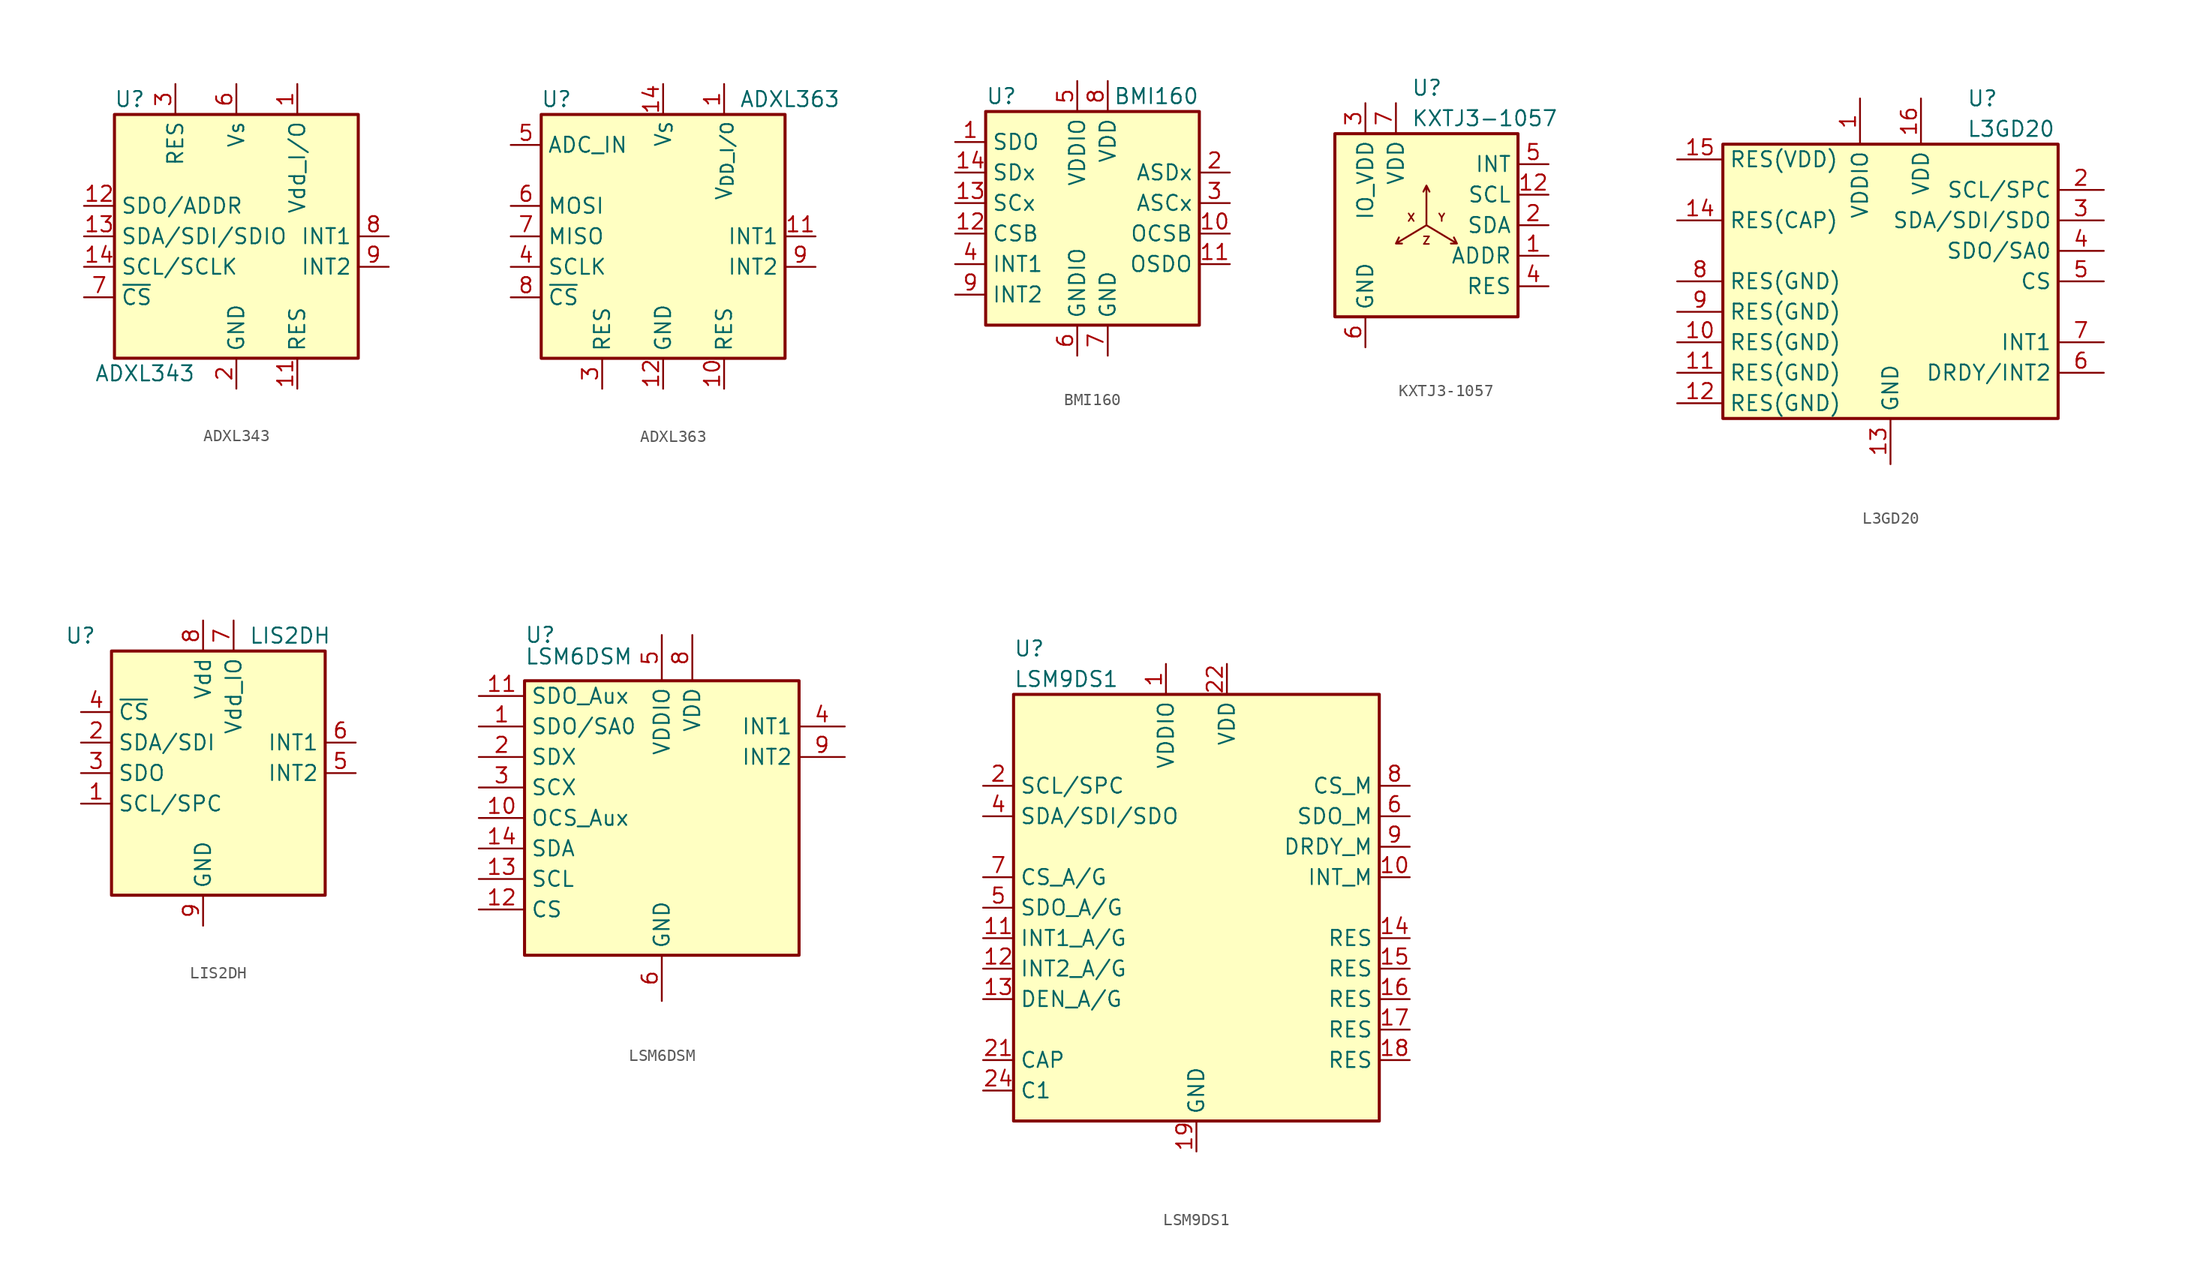
<source format=kicad_sym>
(kicad_symbol_lib
  (version 20220914)
  (generator kicad_symbol_editor)
  (symbol "ADXL343"
    (property "Reference" "U"
      (at -8.89 11.43 0)
      (effects (font (size 1.27 1.27))))
    (property "Value" "ADXL343"
      (at -7.62 -11.43 0)
      (effects (font (size 1.27 1.27))))
    (symbol "ADXL343_0_1"
      (rectangle (start -10.16 10.16) (end 10.16 -10.16) (stroke (width 0.254) (type default)) (fill (type background))))
    (symbol "ADXL343_1_1"
      (pin power_in line (at 5.08 12.7 270) (length 2.54) (name "Vdd_I/O" (effects (font (size 1.27 1.27)))) (number "1" (effects (font (size 1.27 1.27)))))
      (pin no_connect line (at -5.08 -10.16 90) (length 2.54) hide (name "NC" (effects (font (size 1.27 1.27)))) (number "10" (effects (font (size 1.27 1.27)))))
      (pin passive line (at 5.08 -12.7 90) (length 2.54) (name "RES" (effects (font (size 1.27 1.27)))) (number "11" (effects (font (size 1.27 1.27)))))
      (pin bidirectional line (at -12.7 2.54 0) (length 2.54) (name "SDO/ADDR" (effects (font (size 1.27 1.27)))) (number "12" (effects (font (size 1.27 1.27)))))
      (pin bidirectional line (at -12.7 0 0) (length 2.54) (name "SDA/SDI/SDIO" (effects (font (size 1.27 1.27)))) (number "13" (effects (font (size 1.27 1.27)))))
      (pin input line (at -12.7 -2.54 0) (length 2.54) (name "SCL/SCLK" (effects (font (size 1.27 1.27)))) (number "14" (effects (font (size 1.27 1.27)))))
      (pin power_in line (at 0 -12.7 90) (length 2.54) (name "GND" (effects (font (size 1.27 1.27)))) (number "2" (effects (font (size 1.27 1.27)))))
      (pin passive line (at -5.08 12.7 270) (length 2.54) (name "RES" (effects (font (size 1.27 1.27)))) (number "3" (effects (font (size 1.27 1.27)))))
      (pin passive line (at 0 -12.7 90) (length 2.54) hide (name "GND" (effects (font (size 1.27 1.27)))) (number "4" (effects (font (size 1.27 1.27)))))
      (pin passive line (at 0 -12.7 90) (length 2.54) hide (name "GND" (effects (font (size 1.27 1.27)))) (number "5" (effects (font (size 1.27 1.27)))))
      (pin power_in line (at 0 12.7 270) (length 2.54) (name "Vs" (effects (font (size 1.27 1.27)))) (number "6" (effects (font (size 1.27 1.27)))))
      (pin input line (at -12.7 -5.08 0) (length 2.54) (name "~{CS}" (effects (font (size 1.27 1.27)))) (number "7" (effects (font (size 1.27 1.27)))))
      (pin output line (at 12.7 0 180) (length 2.54) (name "INT1" (effects (font (size 1.27 1.27)))) (number "8" (effects (font (size 1.27 1.27)))))
      (pin output line (at 12.7 -2.54 180) (length 2.54) (name "INT2" (effects (font (size 1.27 1.27)))) (number "9" (effects (font (size 1.27 1.27)))))))
  (symbol "ADXL363"
    (property "Reference" "U"
      (at -8.89 11.43 0)
      (effects (font (size 1.27 1.27))))
    (property "Value" "ADXL363"
      (at 6.35 11.43 0)
      (effects (font (size 1.27 1.27)) (justify left)))
    (symbol "ADXL363_0_1"
      (rectangle (start -10.16 10.16) (end 10.16 -10.16) (stroke (width 0.254) (type default)) (fill (type background))))
    (symbol "ADXL363_1_1"
      (pin power_in line (at 5.08 12.7 270) (length 2.54) (name "V_{DD_I/O}" (effects (font (size 1.27 1.27)))) (number "1" (effects (font (size 1.27 1.27)))))
      (pin passive line (at 5.08 -12.7 90) (length 2.54) (name "RES" (effects (font (size 1.27 1.27)))) (number "10" (effects (font (size 1.27 1.27)))))
      (pin output line (at 12.7 0 180) (length 2.54) (name "INT1" (effects (font (size 1.27 1.27)))) (number "11" (effects (font (size 1.27 1.27)))))
      (pin power_in line (at 0 -12.7 90) (length 2.54) (name "GND" (effects (font (size 1.27 1.27)))) (number "12" (effects (font (size 1.27 1.27)))))
      (pin passive line (at 0 -12.7 90) (length 2.54) hide (name "GND" (effects (font (size 1.27 1.27)))) (number "13" (effects (font (size 1.27 1.27)))))
      (pin power_in line (at 0 12.7 270) (length 2.54) (name "V_{S}" (effects (font (size 1.27 1.27)))) (number "14" (effects (font (size 1.27 1.27)))))
      (pin passive line (at 0 -12.7 90) (length 2.54) hide (name "GND" (effects (font (size 1.27 1.27)))) (number "16" (effects (font (size 1.27 1.27)))))
      (pin passive line (at -5.08 -12.7 90) (length 2.54) (name "RES" (effects (font (size 1.27 1.27)))) (number "3" (effects (font (size 1.27 1.27)))))
      (pin input line (at -12.7 -2.54 0) (length 2.54) (name "SCLK" (effects (font (size 1.27 1.27)))) (number "4" (effects (font (size 1.27 1.27)))))
      (pin input line (at -12.7 7.62 0) (length 2.54) (name "ADC_IN" (effects (font (size 1.27 1.27)))) (number "5" (effects (font (size 1.27 1.27)))))
      (pin input line (at -12.7 2.54 0) (length 2.54) (name "MOSI" (effects (font (size 1.27 1.27)))) (number "6" (effects (font (size 1.27 1.27)))))
      (pin output line (at -12.7 0 0) (length 2.54) (name "MISO" (effects (font (size 1.27 1.27)))) (number "7" (effects (font (size 1.27 1.27)))))
      (pin input line (at -12.7 -5.08 0) (length 2.54) (name "~{CS}" (effects (font (size 1.27 1.27)))) (number "8" (effects (font (size 1.27 1.27)))))
      (pin output line (at 12.7 -2.54 180) (length 2.54) (name "INT2" (effects (font (size 1.27 1.27)))) (number "9" (effects (font (size 1.27 1.27)))))))
  (symbol "BMI160"
    (property "Reference" "U"
      (at -10.16 8.89 0)
      (effects (font (size 1.27 1.27)) (justify left)))
    (property "Value" "BMI160"
      (at 7.62 8.89 0)
      (effects (font (size 1.27 1.27)) (justify right)))
    (symbol "BMI160_1_1"
      (rectangle (start -10.16 7.62) (end 7.62 -10.16) (stroke (width 0.254) (type default)) (fill (type background)))
      (pin bidirectional line (at -12.7 5.08 0) (length 2.54) (name "SDO" (effects (font (size 1.27 1.27)))) (number "1" (effects (font (size 1.27 1.27)))))
      (pin bidirectional line (at 10.16 -2.54 180) (length 2.54) (name "OCSB" (effects (font (size 1.27 1.27)))) (number "10" (effects (font (size 1.27 1.27)))))
      (pin bidirectional line (at 10.16 -5.08 180) (length 2.54) (name "OSDO" (effects (font (size 1.27 1.27)))) (number "11" (effects (font (size 1.27 1.27)))))
      (pin input line (at -12.7 -2.54 0) (length 2.54) (name "CSB" (effects (font (size 1.27 1.27)))) (number "12" (effects (font (size 1.27 1.27)))))
      (pin input line (at -12.7 0 0) (length 2.54) (name "SCx" (effects (font (size 1.27 1.27)))) (number "13" (effects (font (size 1.27 1.27)))))
      (pin bidirectional line (at -12.7 2.54 0) (length 2.54) (name "SDx" (effects (font (size 1.27 1.27)))) (number "14" (effects (font (size 1.27 1.27)))))
      (pin bidirectional line (at 10.16 2.54 180) (length 2.54) (name "ASDx" (effects (font (size 1.27 1.27)))) (number "2" (effects (font (size 1.27 1.27)))))
      (pin output line (at 10.16 0 180) (length 2.54) (name "ASCx" (effects (font (size 1.27 1.27)))) (number "3" (effects (font (size 1.27 1.27)))))
      (pin bidirectional line (at -12.7 -5.08 0) (length 2.54) (name "INT1" (effects (font (size 1.27 1.27)))) (number "4" (effects (font (size 1.27 1.27)))))
      (pin power_in line (at -2.54 10.16 270) (length 2.54) (name "VDDIO" (effects (font (size 1.27 1.27)))) (number "5" (effects (font (size 1.27 1.27)))))
      (pin power_in line (at -2.54 -12.7 90) (length 2.54) (name "GNDIO" (effects (font (size 1.27 1.27)))) (number "6" (effects (font (size 1.27 1.27)))))
      (pin power_in line (at 0 -12.7 90) (length 2.54) (name "GND" (effects (font (size 1.27 1.27)))) (number "7" (effects (font (size 1.27 1.27)))))
      (pin power_in line (at 0 10.16 270) (length 2.54) (name "VDD" (effects (font (size 1.27 1.27)))) (number "8" (effects (font (size 1.27 1.27)))))
      (pin bidirectional line (at -12.7 -7.62 0) (length 2.54) (name "INT2" (effects (font (size 1.27 1.27)))) (number "9" (effects (font (size 1.27 1.27)))))))
  (symbol "KXTJ3-1057"
    (property "Reference" "U"
      (at -1.27 11.43 0)
      (effects (font (size 1.27 1.27)) (justify left)))
    (property "Value" "KXTJ3-1057"
      (at -1.27 8.89 0)
      (effects (font (size 1.27 1.27)) (justify left)))
    (symbol "KXTJ3-1057_0_0"
      (text "X" (at -1.27 0.635 0) (effects (font (size 0.635 0.635) bold)))
      (text "Y" (at 1.27 0.635 0) (effects (font (size 0.635 0.635) bold)))
      (text "Z" (at 0 -1.27 0) (effects (font (size 0.635 0.635) bold))))
    (symbol "KXTJ3-1057_0_1"
      (rectangle (start -7.62 7.62) (end 7.62 -7.62) (stroke (width 0.254) (type default)) (fill (type background)))
      (polyline (pts (xy 0 0) (xy 0 3.302) (xy 0.254 2.794) (xy 0 3.302) (xy -0.254 2.794) (xy 0 3.302) (xy 0 0) (xy 2.54 -1.524) (xy 2.286 -1.016) (xy 2.54 -1.524) (xy 2.032 -1.524) (xy 2.54 -1.524) (xy 0 0) (xy -2.54 -1.524) (xy -2.286 -1.016) (xy -2.54 -1.524) (xy -2.032 -1.524)) (stroke (width 0) (type default)) (fill (type none))))
    (symbol "KXTJ3-1057_1_1"
      (pin input line (at 10.16 -2.54 180) (length 2.54) (name "ADDR" (effects (font (size 1.27 1.27)))) (number "1" (effects (font (size 1.27 1.27)))))
      (pin passive line (at -2.54 10.16 270) (length 2.54) hide (name "VDD" (effects (font (size 1.27 1.27)))) (number "10" (effects (font (size 1.27 1.27)))))
      (pin passive line (at -5.08 10.16 270) (length 2.54) hide (name "IO_VDD" (effects (font (size 1.27 1.27)))) (number "11" (effects (font (size 1.27 1.27)))))
      (pin input line (at 10.16 2.54 180) (length 2.54) (name "SCL" (effects (font (size 1.27 1.27)))) (number "12" (effects (font (size 1.27 1.27)))))
      (pin bidirectional line (at 10.16 0 180) (length 2.54) (name "SDA" (effects (font (size 1.27 1.27)))) (number "2" (effects (font (size 1.27 1.27)))))
      (pin power_in line (at -5.08 10.16 270) (length 2.54) (name "IO_VDD" (effects (font (size 1.27 1.27)))) (number "3" (effects (font (size 1.27 1.27)))))
      (pin passive line (at 10.16 -5.08 180) (length 2.54) (name "RES" (effects (font (size 1.27 1.27)))) (number "4" (effects (font (size 1.27 1.27)))))
      (pin output line (at 10.16 5.08 180) (length 2.54) (name "INT" (effects (font (size 1.27 1.27)))) (number "5" (effects (font (size 1.27 1.27)))))
      (pin power_in line (at -5.08 -10.16 90) (length 2.54) (name "GND" (effects (font (size 1.27 1.27)))) (number "6" (effects (font (size 1.27 1.27)))))
      (pin power_in line (at -2.54 10.16 270) (length 2.54) (name "VDD" (effects (font (size 1.27 1.27)))) (number "7" (effects (font (size 1.27 1.27)))))
      (pin passive line (at -5.08 -10.16 90) (length 2.54) hide (name "GND" (effects (font (size 1.27 1.27)))) (number "8" (effects (font (size 1.27 1.27)))))
      (pin passive line (at -5.08 -10.16 90) (length 2.54) hide (name "GND" (effects (font (size 1.27 1.27)))) (number "9" (effects (font (size 1.27 1.27)))))))
  (symbol "L3GD20"
    (property "Reference" "U"
      (at 6.35 15.24 0)
      (effects (font (size 1.27 1.27)) (justify left)))
    (property "Value" "L3GD20"
      (at 6.35 12.7 0)
      (effects (font (size 1.27 1.27)) (justify left)))
    (symbol "L3GD20_0_1"
      (rectangle (start -13.97 11.43) (end 13.97 -11.43) (stroke (width 0.254) (type default)) (fill (type background))))
    (symbol "L3GD20_1_1"
      (pin power_in line (at -2.54 15.24 270) (length 3.81) (name "VDDIO" (effects (font (size 1.27 1.27)))) (number "1" (effects (font (size 1.27 1.27)))))
      (pin passive line (at -17.78 -5.08 0) (length 3.81) (name "RES(GND)" (effects (font (size 1.27 1.27)))) (number "10" (effects (font (size 1.27 1.27)))))
      (pin passive line (at -17.78 -7.62 0) (length 3.81) (name "RES(GND)" (effects (font (size 1.27 1.27)))) (number "11" (effects (font (size 1.27 1.27)))))
      (pin passive line (at -17.78 -10.16 0) (length 3.81) (name "RES(GND)" (effects (font (size 1.27 1.27)))) (number "12" (effects (font (size 1.27 1.27)))))
      (pin power_in line (at 0 -15.24 90) (length 3.81) (name "GND" (effects (font (size 1.27 1.27)))) (number "13" (effects (font (size 1.27 1.27)))))
      (pin passive line (at -17.78 5.08 0) (length 3.81) (name "RES(CAP)" (effects (font (size 1.27 1.27)))) (number "14" (effects (font (size 1.27 1.27)))))
      (pin passive line (at -17.78 10.16 0) (length 3.81) (name "RES(VDD)" (effects (font (size 1.27 1.27)))) (number "15" (effects (font (size 1.27 1.27)))))
      (pin power_in line (at 2.54 15.24 270) (length 3.81) (name "VDD" (effects (font (size 1.27 1.27)))) (number "16" (effects (font (size 1.27 1.27)))))
      (pin input line (at 17.78 7.62 180) (length 3.81) (name "SCL/SPC" (effects (font (size 1.27 1.27)))) (number "2" (effects (font (size 1.27 1.27)))))
      (pin bidirectional line (at 17.78 5.08 180) (length 3.81) (name "SDA/SDI/SDO" (effects (font (size 1.27 1.27)))) (number "3" (effects (font (size 1.27 1.27)))))
      (pin output line (at 17.78 2.54 180) (length 3.81) (name "SDO/SA0" (effects (font (size 1.27 1.27)))) (number "4" (effects (font (size 1.27 1.27)))))
      (pin input line (at 17.78 0 180) (length 3.81) (name "CS" (effects (font (size 1.27 1.27)))) (number "5" (effects (font (size 1.27 1.27)))))
      (pin output line (at 17.78 -7.62 180) (length 3.81) (name "DRDY/INT2" (effects (font (size 1.27 1.27)))) (number "6" (effects (font (size 1.27 1.27)))))
      (pin output line (at 17.78 -5.08 180) (length 3.81) (name "INT1" (effects (font (size 1.27 1.27)))) (number "7" (effects (font (size 1.27 1.27)))))
      (pin passive line (at -17.78 0 0) (length 3.81) (name "RES(GND)" (effects (font (size 1.27 1.27)))) (number "8" (effects (font (size 1.27 1.27)))))
      (pin passive line (at -17.78 -2.54 0) (length 3.81) (name "RES(GND)" (effects (font (size 1.27 1.27)))) (number "9" (effects (font (size 1.27 1.27)))))))
  (symbol "LIS2DH"
    (property "Reference" "U"
      (at -8.89 11.43 0)
      (effects (font (size 1.27 1.27)) (justify right)))
    (property "Value" "LIS2DH"
      (at 3.81 11.43 0)
      (effects (font (size 1.27 1.27)) (justify left)))
    (symbol "LIS2DH_0_1"
      (rectangle (start -7.62 10.16) (end 10.16 -10.16) (stroke (width 0.254) (type default)) (fill (type background))))
    (symbol "LIS2DH_1_1"
      (pin input line (at -10.16 -2.54 0) (length 2.54) (name "SCL/SPC" (effects (font (size 1.27 1.27)))) (number "1" (effects (font (size 1.27 1.27)))))
      (pin passive line (at 0 -12.7 90) (length 2.54) hide (name "GND" (effects (font (size 1.27 1.27)))) (number "10" (effects (font (size 1.27 1.27)))))
      (pin passive line (at 0 -12.7 90) (length 2.54) hide (name "GND" (effects (font (size 1.27 1.27)))) (number "11" (effects (font (size 1.27 1.27)))))
      (pin passive line (at 0 -12.7 90) (length 2.54) hide (name "GND" (effects (font (size 1.27 1.27)))) (number "12" (effects (font (size 1.27 1.27)))))
      (pin passive line (at 0 -12.7 90) (length 2.54) hide (name "GND" (effects (font (size 1.27 1.27)))) (number "13" (effects (font (size 1.27 1.27)))))
      (pin passive line (at 0 -12.7 90) (length 2.54) hide (name "GND" (effects (font (size 1.27 1.27)))) (number "14" (effects (font (size 1.27 1.27)))))
      (pin bidirectional line (at -10.16 2.54 0) (length 2.54) (name "SDA/SDI" (effects (font (size 1.27 1.27)))) (number "2" (effects (font (size 1.27 1.27)))))
      (pin output line (at -10.16 0 0) (length 2.54) (name "SDO" (effects (font (size 1.27 1.27)))) (number "3" (effects (font (size 1.27 1.27)))) (alternate "SA0" passive line))
      (pin input line (at -10.16 5.08 0) (length 2.54) (name "~{CS}" (effects (font (size 1.27 1.27)))) (number "4" (effects (font (size 1.27 1.27)))))
      (pin output line (at 12.7 0 180) (length 2.54) (name "INT2" (effects (font (size 1.27 1.27)))) (number "5" (effects (font (size 1.27 1.27)))))
      (pin output line (at 12.7 2.54 180) (length 2.54) (name "INT1" (effects (font (size 1.27 1.27)))) (number "6" (effects (font (size 1.27 1.27)))))
      (pin power_in line (at 2.54 12.7 270) (length 2.54) (name "Vdd_IO" (effects (font (size 1.27 1.27)))) (number "7" (effects (font (size 1.27 1.27)))))
      (pin power_in line (at 0 12.7 270) (length 2.54) (name "Vdd" (effects (font (size 1.27 1.27)))) (number "8" (effects (font (size 1.27 1.27)))))
      (pin power_in line (at 0 -12.7 90) (length 2.54) (name "GND" (effects (font (size 1.27 1.27)))) (number "9" (effects (font (size 1.27 1.27)))))))
  (symbol "LSM6DSM"
    (property "Reference" "U"
      (at -11.43 15.24 0)
      (effects (font (size 1.27 1.27)) (justify left)))
    (property "Value" "LSM6DSM"
      (at -11.43 12.7 0)
      (effects (font (size 1.27 1.27)) (justify left bottom)))
    (symbol "LSM6DSM_0_1"
      (rectangle (start 11.43 11.43) (end -11.43 -11.43) (stroke (width 0.254) (type default)) (fill (type background))))
    (symbol "LSM6DSM_1_1"
      (pin bidirectional line (at -15.24 7.62 0) (length 3.81) (name "SDO/SA0" (effects (font (size 1.27 1.27)))) (number "1" (effects (font (size 1.27 1.27)))))
      (pin passive line (at -15.24 0 0) (length 3.81) (name "OCS_Aux" (effects (font (size 1.27 1.27)))) (number "10" (effects (font (size 1.27 1.27)))))
      (pin bidirectional line (at -15.24 10.16 0) (length 3.81) (name "SDO_Aux" (effects (font (size 1.27 1.27)))) (number "11" (effects (font (size 1.27 1.27)))))
      (pin input line (at -15.24 -7.62 0) (length 3.81) (name "CS" (effects (font (size 1.27 1.27)))) (number "12" (effects (font (size 1.27 1.27)))))
      (pin input line (at -15.24 -5.08 0) (length 3.81) (name "SCL" (effects (font (size 1.27 1.27)))) (number "13" (effects (font (size 1.27 1.27)))))
      (pin bidirectional line (at -15.24 -2.54 0) (length 3.81) (name "SDA" (effects (font (size 1.27 1.27)))) (number "14" (effects (font (size 1.27 1.27)))))
      (pin bidirectional line (at -15.24 5.08 0) (length 3.81) (name "SDX" (effects (font (size 1.27 1.27)))) (number "2" (effects (font (size 1.27 1.27)))))
      (pin input line (at -15.24 2.54 0) (length 3.81) (name "SCX" (effects (font (size 1.27 1.27)))) (number "3" (effects (font (size 1.27 1.27)))))
      (pin output line (at 15.24 7.62 180) (length 3.81) (name "INT1" (effects (font (size 1.27 1.27)))) (number "4" (effects (font (size 1.27 1.27)))))
      (pin power_in line (at 0 15.24 270) (length 3.81) (name "VDDIO" (effects (font (size 1.27 1.27)))) (number "5" (effects (font (size 1.27 1.27)))))
      (pin power_in line (at 0 -15.24 90) (length 3.81) (name "GND" (effects (font (size 1.27 1.27)))) (number "6" (effects (font (size 1.27 1.27)))))
      (pin passive line (at 0 -15.24 90) (length 3.81) hide (name "GND" (effects (font (size 1.27 1.27)))) (number "7" (effects (font (size 1.27 1.27)))))
      (pin power_in line (at 2.54 15.24 270) (length 3.81) (name "VDD" (effects (font (size 1.27 1.27)))) (number "8" (effects (font (size 1.27 1.27)))))
      (pin output line (at 15.24 5.08 180) (length 3.81) (name "INT2" (effects (font (size 1.27 1.27)))) (number "9" (effects (font (size 1.27 1.27)))))))
  (symbol "LSM9DS1"
    (property "Reference" "U"
      (at -15.24 21.59 0)
      (effects (font (size 1.27 1.27)) (justify left)))
    (property "Value" "LSM9DS1"
      (at -15.24 19.05 0)
      (effects (font (size 1.27 1.27)) (justify left)))
    (symbol "LSM9DS1_0_1"
      (rectangle (start -15.24 17.78) (end 15.24 -17.78) (stroke (width 0.254) (type default)) (fill (type background))))
    (symbol "LSM9DS1_1_1"
      (pin power_in line (at -2.54 20.32 270) (length 2.54) (name "VDDIO" (effects (font (size 1.27 1.27)))) (number "1" (effects (font (size 1.27 1.27)))))
      (pin output line (at 17.78 2.54 180) (length 2.54) (name "INT_M" (effects (font (size 1.27 1.27)))) (number "10" (effects (font (size 1.27 1.27)))))
      (pin output line (at -17.78 -2.54 0) (length 2.54) (name "INT1_A/G" (effects (font (size 1.27 1.27)))) (number "11" (effects (font (size 1.27 1.27)))))
      (pin output line (at -17.78 -5.08 0) (length 2.54) (name "INT2_A/G" (effects (font (size 1.27 1.27)))) (number "12" (effects (font (size 1.27 1.27)))))
      (pin input line (at -17.78 -7.62 0) (length 2.54) (name "DEN_A/G" (effects (font (size 1.27 1.27)))) (number "13" (effects (font (size 1.27 1.27)))))
      (pin bidirectional line (at 17.78 -2.54 180) (length 2.54) (name "RES" (effects (font (size 1.27 1.27)))) (number "14" (effects (font (size 1.27 1.27)))))
      (pin bidirectional line (at 17.78 -5.08 180) (length 2.54) (name "RES" (effects (font (size 1.27 1.27)))) (number "15" (effects (font (size 1.27 1.27)))))
      (pin bidirectional line (at 17.78 -7.62 180) (length 2.54) (name "RES" (effects (font (size 1.27 1.27)))) (number "16" (effects (font (size 1.27 1.27)))))
      (pin bidirectional line (at 17.78 -10.16 180) (length 2.54) (name "RES" (effects (font (size 1.27 1.27)))) (number "17" (effects (font (size 1.27 1.27)))))
      (pin bidirectional line (at 17.78 -12.7 180) (length 2.54) (name "RES" (effects (font (size 1.27 1.27)))) (number "18" (effects (font (size 1.27 1.27)))))
      (pin power_in line (at 0 -20.32 90) (length 2.54) (name "GND" (effects (font (size 1.27 1.27)))) (number "19" (effects (font (size 1.27 1.27)))))
      (pin input line (at -17.78 10.16 0) (length 2.54) (name "SCL/SPC" (effects (font (size 1.27 1.27)))) (number "2" (effects (font (size 1.27 1.27)))))
      (pin passive line (at 0 -20.32 90) (length 2.54) hide (name "GND" (effects (font (size 1.27 1.27)))) (number "20" (effects (font (size 1.27 1.27)))))
      (pin passive line (at -17.78 -12.7 0) (length 2.54) (name "CAP" (effects (font (size 1.27 1.27)))) (number "21" (effects (font (size 1.27 1.27)))))
      (pin power_in line (at 2.54 20.32 270) (length 2.54) (name "VDD" (effects (font (size 1.27 1.27)))) (number "22" (effects (font (size 1.27 1.27)))))
      (pin passive line (at 2.54 20.32 270) (length 2.54) hide (name "VDD" (effects (font (size 1.27 1.27)))) (number "23" (effects (font (size 1.27 1.27)))))
      (pin passive line (at -17.78 -15.24 0) (length 2.54) (name "C1" (effects (font (size 1.27 1.27)))) (number "24" (effects (font (size 1.27 1.27)))))
      (pin passive line (at -2.54 20.32 270) (length 2.54) hide (name "VDDIO" (effects (font (size 1.27 1.27)))) (number "3" (effects (font (size 1.27 1.27)))))
      (pin bidirectional line (at -17.78 7.62 0) (length 2.54) (name "SDA/SDI/SDO" (effects (font (size 1.27 1.27)))) (number "4" (effects (font (size 1.27 1.27)))))
      (pin output line (at -17.78 0 0) (length 2.54) (name "SDO_A/G" (effects (font (size 1.27 1.27)))) (number "5" (effects (font (size 1.27 1.27)))))
      (pin output line (at 17.78 7.62 180) (length 2.54) (name "SDO_M" (effects (font (size 1.27 1.27)))) (number "6" (effects (font (size 1.27 1.27)))))
      (pin input line (at -17.78 2.54 0) (length 2.54) (name "CS_A/G" (effects (font (size 1.27 1.27)))) (number "7" (effects (font (size 1.27 1.27)))))
      (pin input line (at 17.78 10.16 180) (length 2.54) (name "CS_M" (effects (font (size 1.27 1.27)))) (number "8" (effects (font (size 1.27 1.27)))))
      (pin output line (at 17.78 5.08 180) (length 2.54) (name "DRDY_M" (effects (font (size 1.27 1.27)))) (number "9" (effects (font (size 1.27 1.27))))))))
</source>
